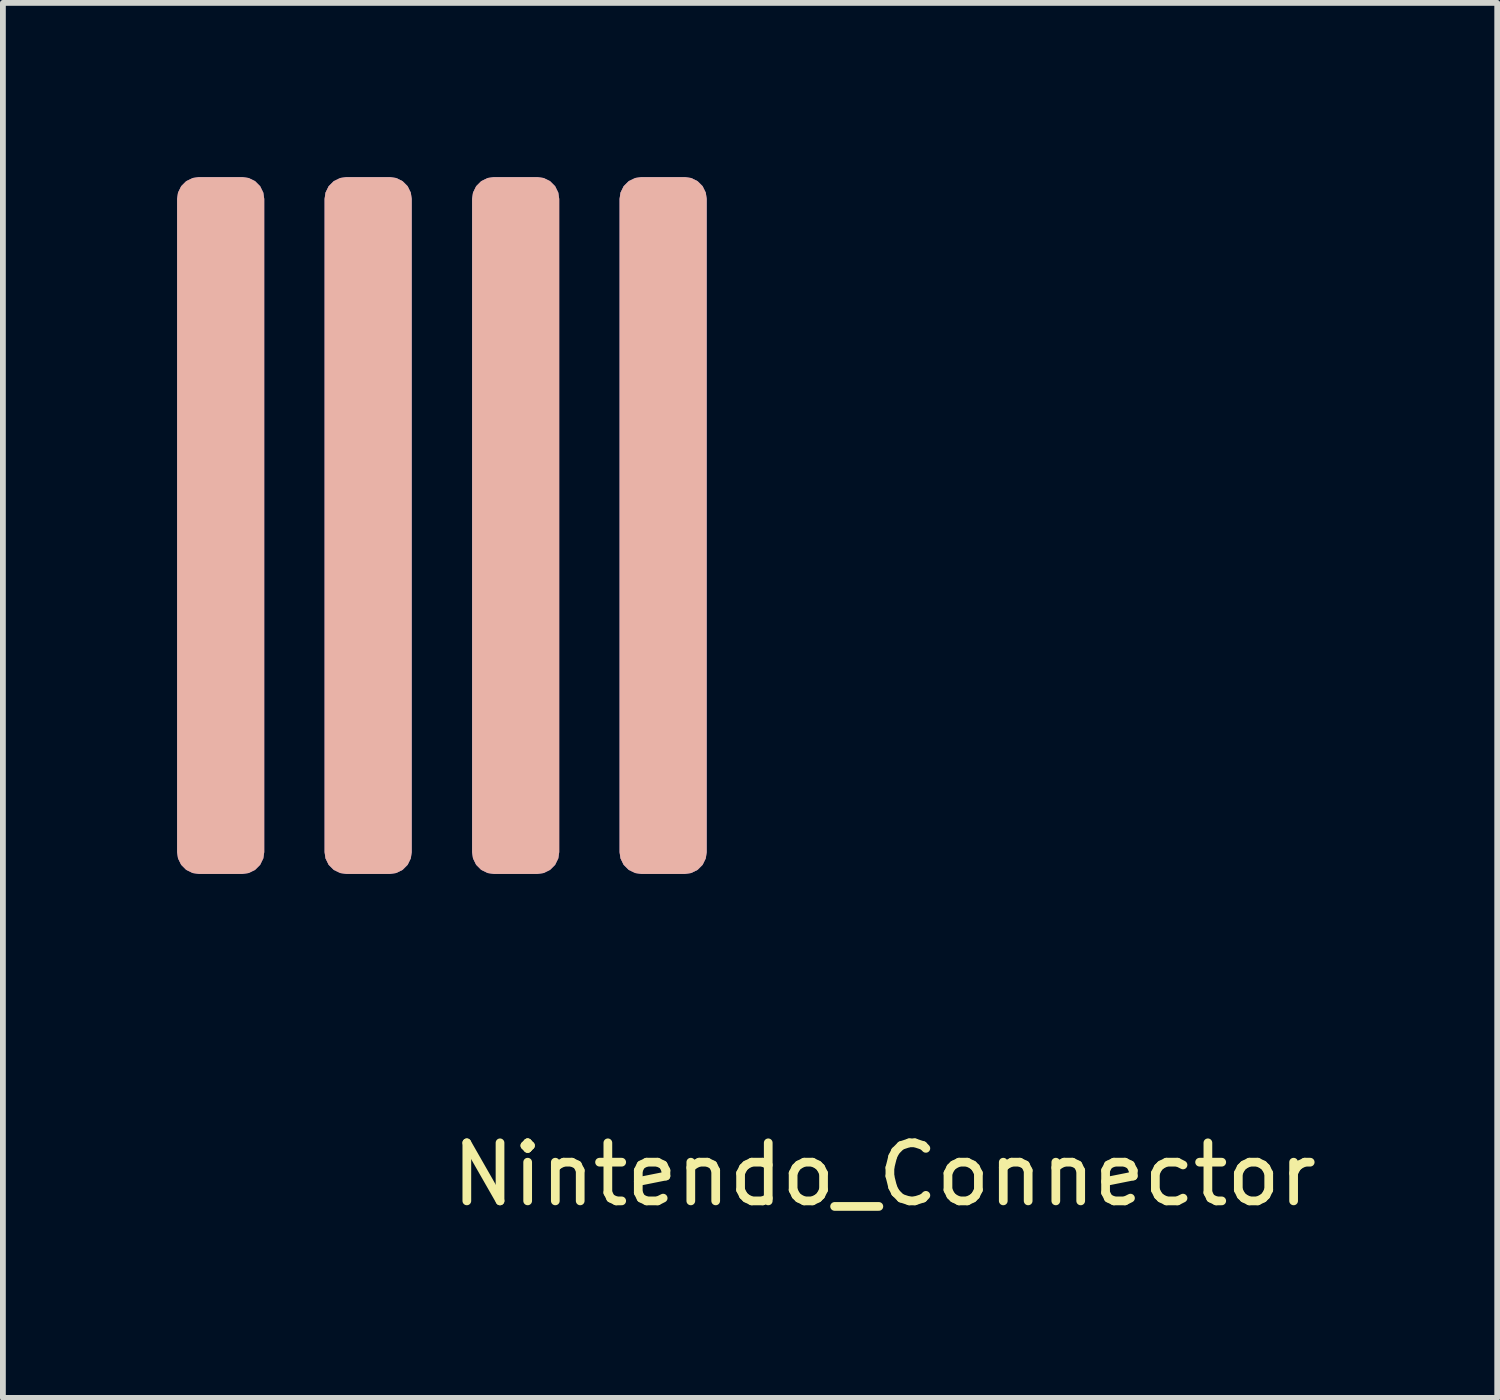
<source format=kicad_pcb>
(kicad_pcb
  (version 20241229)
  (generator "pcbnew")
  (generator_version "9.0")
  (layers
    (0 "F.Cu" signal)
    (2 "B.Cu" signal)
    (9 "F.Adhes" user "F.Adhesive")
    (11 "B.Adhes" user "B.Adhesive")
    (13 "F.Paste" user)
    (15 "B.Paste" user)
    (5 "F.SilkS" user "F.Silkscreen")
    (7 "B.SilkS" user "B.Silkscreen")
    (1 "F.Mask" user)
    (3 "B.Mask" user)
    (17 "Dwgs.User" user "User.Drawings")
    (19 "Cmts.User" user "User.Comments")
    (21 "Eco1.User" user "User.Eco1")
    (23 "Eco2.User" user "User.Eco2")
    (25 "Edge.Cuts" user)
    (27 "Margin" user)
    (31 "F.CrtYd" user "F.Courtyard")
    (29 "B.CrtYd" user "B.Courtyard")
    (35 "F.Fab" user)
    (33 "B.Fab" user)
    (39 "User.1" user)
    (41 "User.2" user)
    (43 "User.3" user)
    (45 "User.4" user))
  (footprint "Nintendo_Connector"
    (layer "F.Cu")
    (at 7.1 14.636)
    (property "Reference" "Nintendo_Connector" (at 5.08 2.54 0) (layer "F.SilkS") (effects (font (size 1 1) (thickness 0.15))))
    (attr through_hole)
    (pad "1" smd roundrect (at -6.35 -8.636) (size 1.5 12) (layers "F.Cu" "F.Mask" "F.Paste") (roundrect_rratio 0.25))
    (pad "2" smd roundrect (at -6.35 -8.636) (size 1.5 12) (layers "B.Cu" "B.Mask" "B.SilkS" "B.Paste") (roundrect_rratio 0.25))
    (pad "3" smd roundrect (at -3.81 -8.636) (size 1.5 12) (layers "F.Cu" "F.Mask" "F.Paste") (roundrect_rratio 0.25))
    (pad "4" smd roundrect (at -3.81 -8.636) (size 1.5 12) (layers "B.Cu" "B.Mask" "B.SilkS" "B.Paste") (roundrect_rratio 0.25))
    (pad "5" smd roundrect (at -1.27 -8.636) (size 1.5 12) (layers "F.Cu" "F.Mask" "F.Paste") (roundrect_rratio 0.25))
    (pad "6" smd roundrect (at -1.27 -8.636) (size 1.5 12) (layers "B.Cu" "B.Mask" "B.SilkS" "B.Paste") (roundrect_rratio 0.25))
    (pad "7" smd roundrect (at 1.27 -8.636) (size 1.5 12) (layers "F.Cu" "F.Mask" "F.Paste") (roundrect_rratio 0.25))
    (pad "8" smd roundrect (at 1.27 -8.636) (size 1.5 12) (layers "B.Cu" "B.Mask" "B.SilkS" "B.Paste") (roundrect_rratio 0.25)))
  (gr_rect
    (start -3 -3)
    (end 22.734 21.024)
    (stroke (width 0.1) (type default))
    (fill no)
    (layer "Edge.Cuts")))
</source>
